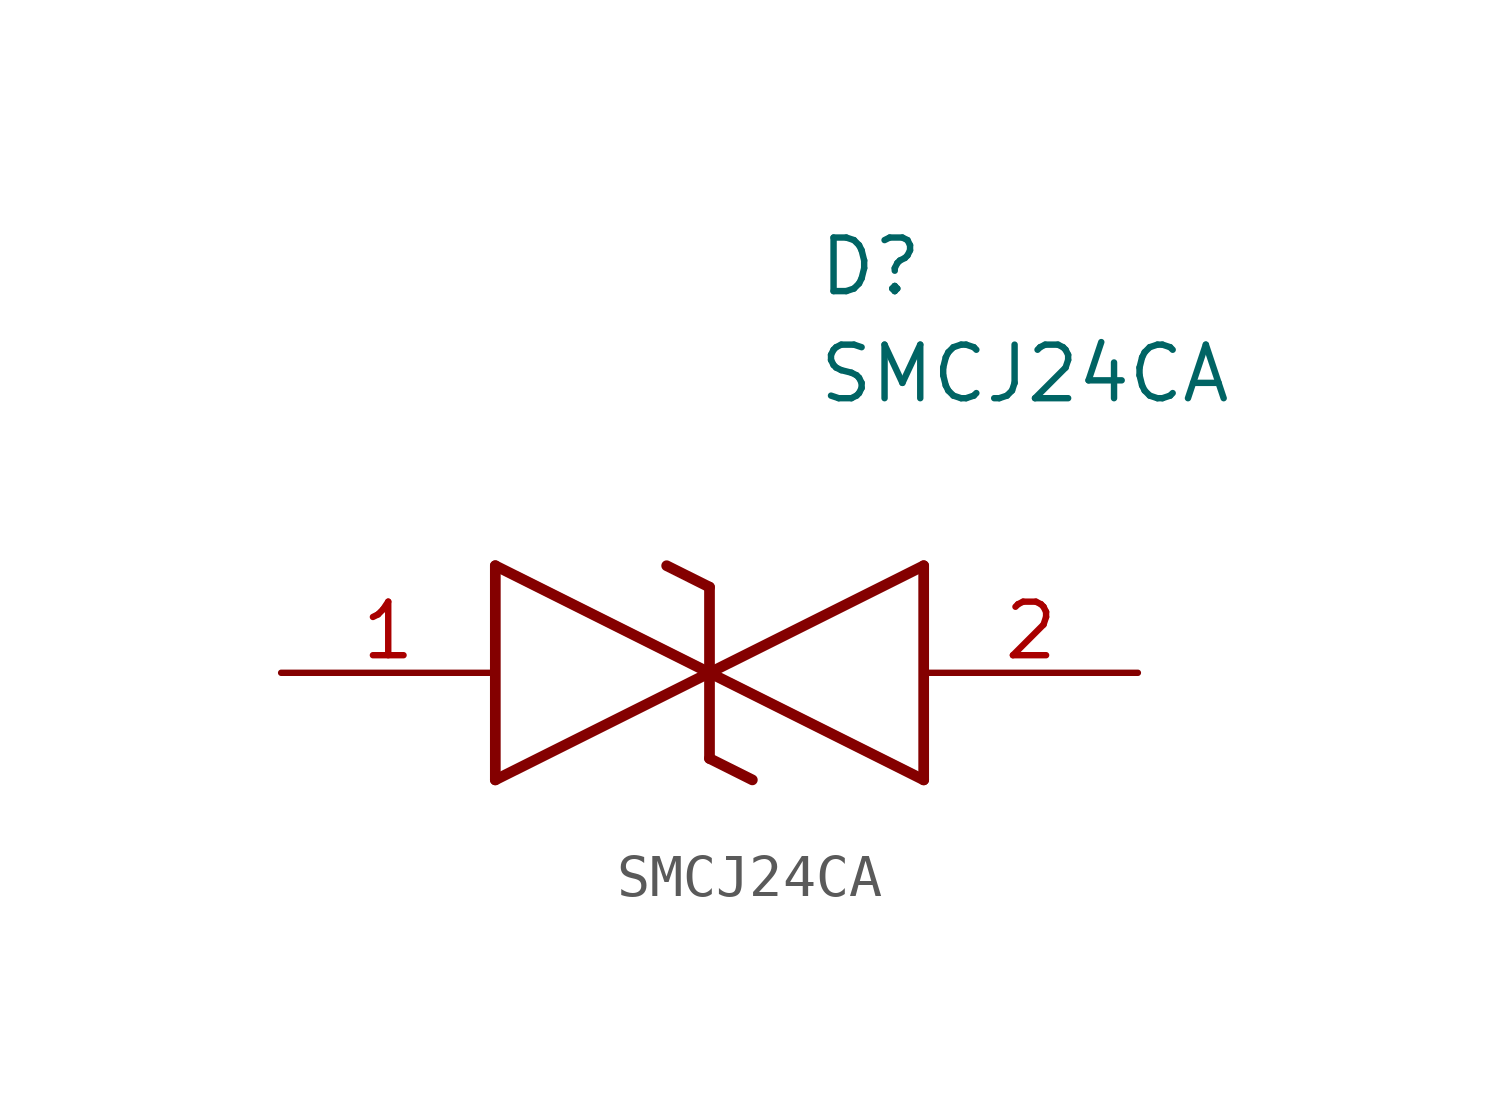
<source format=kicad_sym>
(kicad_symbol_lib
  (version 20211014)
  (generator SamacSys_ECAD_Model)
  (symbol "SMCJ24CA"
    (pin_names hide)
    (property "Reference" "D"
      (at 12.7 8.89 0)
      (effects (font (size 1.27 1.27)) (justify left bottom)))
    (property "Value" "SMCJ24CA"
      (at 12.7 6.35 0)
      (effects (font (size 1.27 1.27)) (justify left bottom)))
    (polyline
      (pts (xy 10.16 0) (xy 5.08 -2.54))
      (stroke (width 0.254) (type default))
      (fill (type none)))
    (polyline
      (pts (xy 5.08 2.54) (xy 5.08 -2.54))
      (stroke (width 0.254) (type default))
      (fill (type none)))
    (polyline
      (pts (xy 5.08 2.54) (xy 10.16 0))
      (stroke (width 0.254) (type default))
      (fill (type none)))
    (polyline
      (pts (xy 10.16 0) (xy 15.24 -2.54))
      (stroke (width 0.254) (type default))
      (fill (type none)))
    (polyline
      (pts (xy 15.24 2.54) (xy 15.24 -2.54))
      (stroke (width 0.254) (type default))
      (fill (type none)))
    (polyline
      (pts (xy 15.24 2.54) (xy 10.16 0))
      (stroke (width 0.254) (type default))
      (fill (type none)))
    (polyline
      (pts (xy 10.16 -2.032) (xy 10.16 2.032))
      (stroke (width 0.254) (type default))
      (fill (type none)))
    (polyline
      (pts (xy 9.144 2.54) (xy 10.16 2.032))
      (stroke (width 0.254) (type default))
      (fill (type none)))
    (polyline
      (pts (xy 10.16 -2.032) (xy 11.176 -2.54))
      (stroke (width 0.254) (type default))
      (fill (type none)))
    (pin passive line
      (at 0 0 0)
      (length 5.08)
      (name "1" (effects (font (size 1.27 1.27))))
      (number "1" (effects (font (size 1.27 1.27)))))
    (pin passive line
      (at 20.32 0 180)
      (length 5.08)
      (name "2" (effects (font (size 1.27 1.27))))
      (number "2" (effects (font (size 1.27 1.27)))))))
</source>
